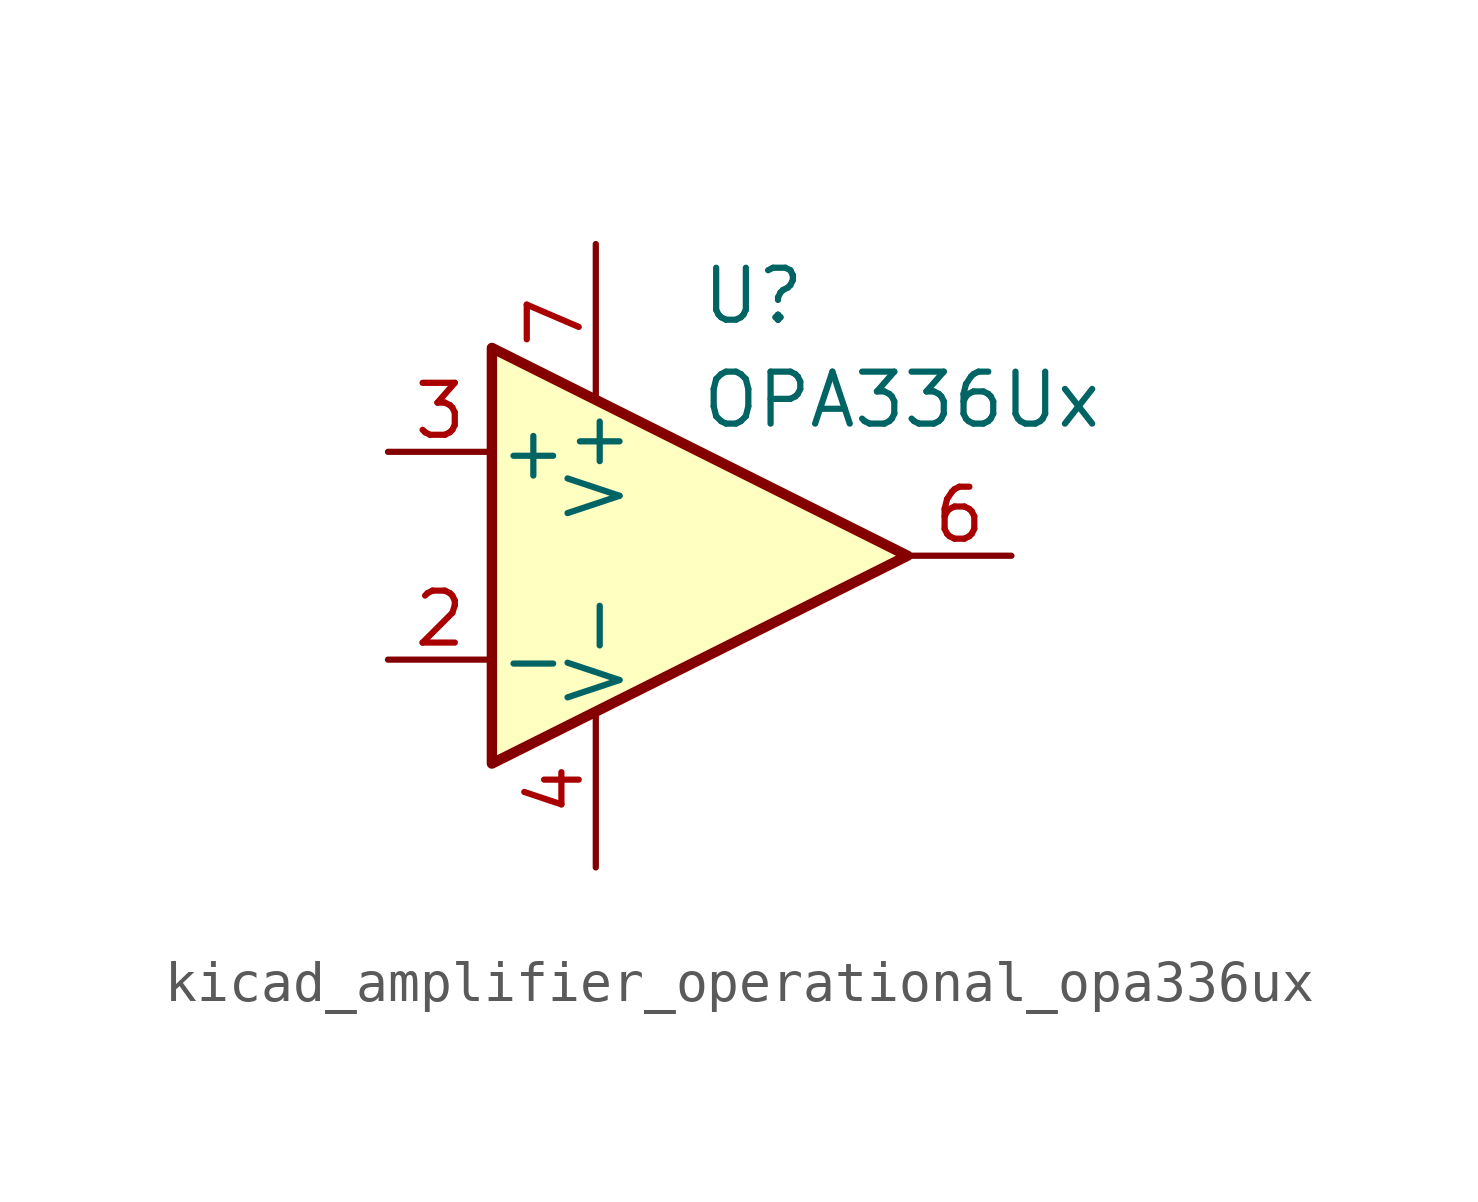
<source format=kicad_sym>
(kicad_symbol_lib
  (version 20220914)
  (generator kicad_symbol_editor)
  (symbol "kicad_amplifier_operational_opa336ux"
    (pin_names
      (offset 0.127))
    (property "Reference" "U"
      (at 0 6.35 0)
      (effects (font (size 1.27 1.27)) (justify left)))
    (property "Value" "OPA336Ux"
      (at 0 3.81 0)
      (effects (font (size 1.27 1.27)) (justify left)))
    (symbol "kicad_amplifier_operational_opa336ux_0_1"
      (polyline (pts (xy -5.08 5.08) (xy 5.08 0) (xy -5.08 -5.08) (xy -5.08 5.08)) (stroke (width 0.254) (type default)) (fill (type background))))
    (symbol "kicad_amplifier_operational_opa336ux_1_1"
      (pin no_connect line (at -2.54 2.54 270) (length 2.54) hide (name "NC" (effects (font (size 1.27 1.27)))) (number "1" (effects (font (size 1.27 1.27)))))
      (pin input line (at -7.62 -2.54 0) (length 2.54) (name "-" (effects (font (size 1.27 1.27)))) (number "2" (effects (font (size 1.27 1.27)))))
      (pin input line (at -7.62 2.54 0) (length 2.54) (name "+" (effects (font (size 1.27 1.27)))) (number "3" (effects (font (size 1.27 1.27)))))
      (pin power_in line (at -2.54 -7.62 90) (length 3.81) (name "V-" (effects (font (size 1.27 1.27)))) (number "4" (effects (font (size 1.27 1.27)))))
      (pin no_connect line (at 0 2.54 270) (length 2.54) hide (name "NC" (effects (font (size 1.27 1.27)))) (number "5" (effects (font (size 1.27 1.27)))))
      (pin output line (at 7.62 0 180) (length 2.54) (name "~" (effects (font (size 1.27 1.27)))) (number "6" (effects (font (size 1.27 1.27)))))
      (pin power_in line (at -2.54 7.62 270) (length 3.81) (name "V+" (effects (font (size 1.27 1.27)))) (number "7" (effects (font (size 1.27 1.27)))))
      (pin no_connect line (at 0 -2.54 90) (length 2.54) hide (name "NC" (effects (font (size 1.27 1.27)))) (number "8" (effects (font (size 1.27 1.27))))))))
</source>
